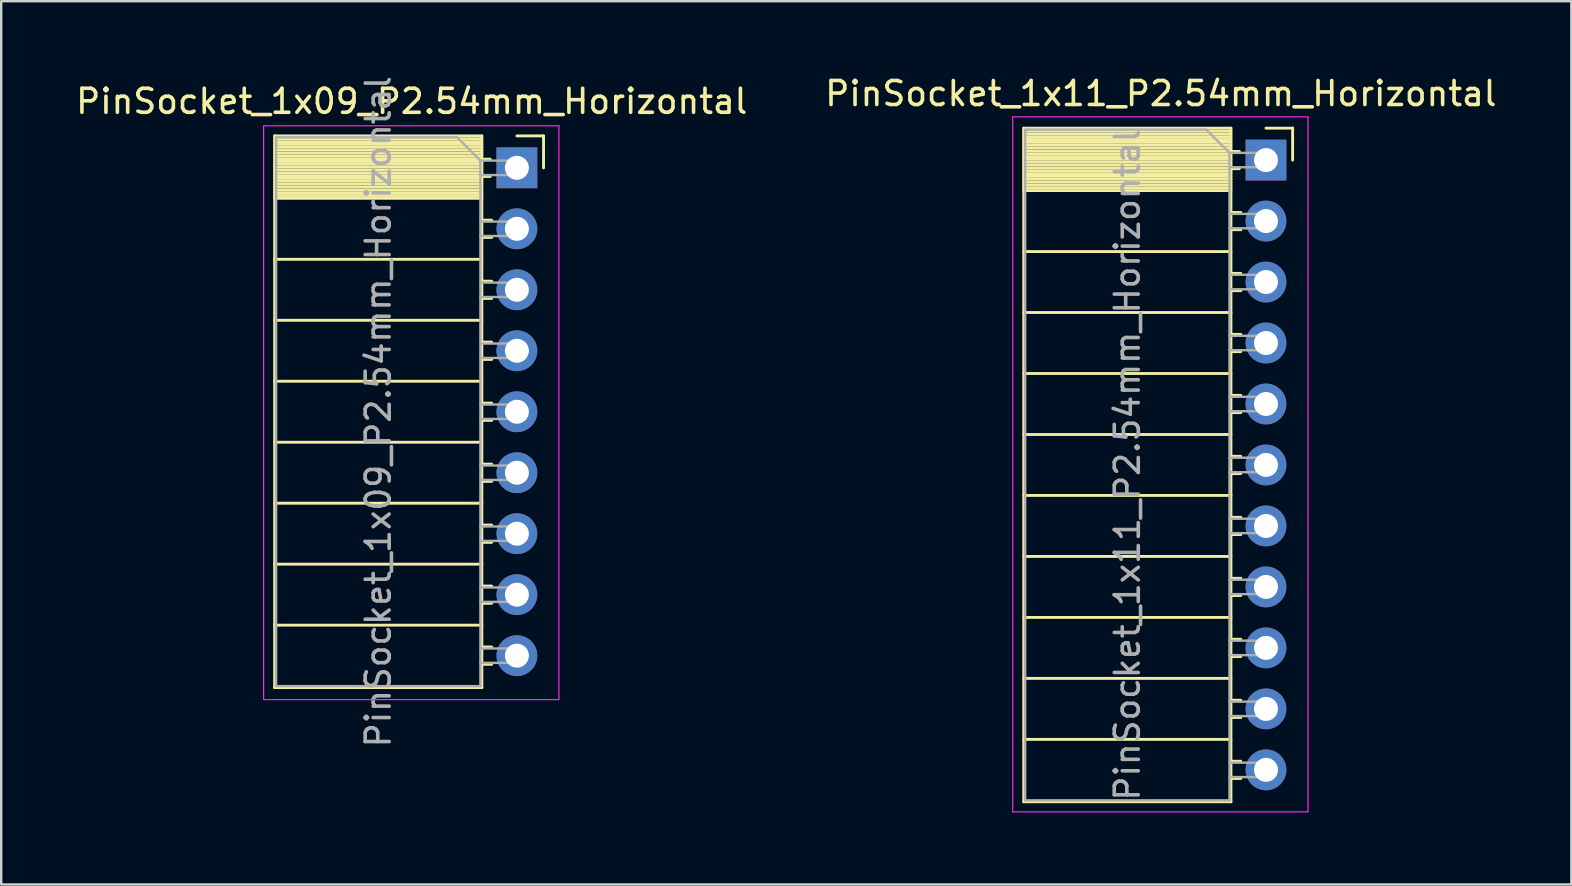
<source format=kicad_pcb>
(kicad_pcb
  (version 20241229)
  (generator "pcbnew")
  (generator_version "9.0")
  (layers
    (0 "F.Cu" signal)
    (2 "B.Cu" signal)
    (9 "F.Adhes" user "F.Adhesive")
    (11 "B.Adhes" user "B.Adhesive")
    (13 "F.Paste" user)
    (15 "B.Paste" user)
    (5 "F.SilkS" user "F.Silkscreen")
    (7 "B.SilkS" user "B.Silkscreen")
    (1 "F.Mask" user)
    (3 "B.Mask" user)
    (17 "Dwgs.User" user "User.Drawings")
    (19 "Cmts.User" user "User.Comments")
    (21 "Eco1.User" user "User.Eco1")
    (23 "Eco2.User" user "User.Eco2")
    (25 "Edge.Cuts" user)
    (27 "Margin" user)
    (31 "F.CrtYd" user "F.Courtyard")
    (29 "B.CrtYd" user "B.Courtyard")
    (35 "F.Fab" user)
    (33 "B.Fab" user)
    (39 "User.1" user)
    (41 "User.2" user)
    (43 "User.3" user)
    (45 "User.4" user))
  (footprint "PinSocket_1x11_P2.54mm_Horizontal"
    (layer "F.Cu")
    (at 49.684 3.618)
    (property "Reference" "PinSocket_1x11_P2.54mm_Horizontal" (at -4.38 -2.77 0) (layer "F.SilkS") (effects (font (size 1 1) (thickness 0.15))))
    (attr through_hole)
    (fp_line (start -10.09 -1.33) (end -10.09 26.73) (stroke (width 0.12) (type solid)) (layer "F.SilkS"))
    (fp_line (start -10.09 -1.33) (end -1.46 -1.33) (stroke (width 0.12) (type solid)) (layer "F.SilkS"))
    (fp_line (start -10.09 -1.21) (end -1.46 -1.21) (stroke (width 0.12) (type solid)) (layer "F.SilkS"))
    (fp_line (start -10.09 -1.092) (end -1.46 -1.092) (stroke (width 0.12) (type solid)) (layer "F.SilkS"))
    (fp_line (start -10.09 -0.974) (end -1.46 -0.974) (stroke (width 0.12) (type solid)) (layer "F.SilkS"))
    (fp_line (start -10.09 -0.856) (end -1.46 -0.856) (stroke (width 0.12) (type solid)) (layer "F.SilkS"))
    (fp_line (start -10.09 -0.738) (end -1.46 -0.738) (stroke (width 0.12) (type solid)) (layer "F.SilkS"))
    (fp_line (start -10.09 -0.62) (end -1.46 -0.62) (stroke (width 0.12) (type solid)) (layer "F.SilkS"))
    (fp_line (start -10.09 -0.501) (end -1.46 -0.501) (stroke (width 0.12) (type solid)) (layer "F.SilkS"))
    (fp_line (start -10.09 -0.383) (end -1.46 -0.383) (stroke (width 0.12) (type solid)) (layer "F.SilkS"))
    (fp_line (start -10.09 -0.265) (end -1.46 -0.265) (stroke (width 0.12) (type solid)) (layer "F.SilkS"))
    (fp_line (start -10.09 -0.147) (end -1.46 -0.147) (stroke (width 0.12) (type solid)) (layer "F.SilkS"))
    (fp_line (start -10.09 -0.029) (end -1.46 -0.029) (stroke (width 0.12) (type solid)) (layer "F.SilkS"))
    (fp_line (start -10.09 0.089) (end -1.46 0.089) (stroke (width 0.12) (type solid)) (layer "F.SilkS"))
    (fp_line (start -10.09 0.207) (end -1.46 0.207) (stroke (width 0.12) (type solid)) (layer "F.SilkS"))
    (fp_line (start -10.09 0.325) (end -1.46 0.325) (stroke (width 0.12) (type solid)) (layer "F.SilkS"))
    (fp_line (start -10.09 0.443) (end -1.46 0.443) (stroke (width 0.12) (type solid)) (layer "F.SilkS"))
    (fp_line (start -10.09 0.561) (end -1.46 0.561) (stroke (width 0.12) (type solid)) (layer "F.SilkS"))
    (fp_line (start -10.09 0.68) (end -1.46 0.68) (stroke (width 0.12) (type solid)) (layer "F.SilkS"))
    (fp_line (start -10.09 0.798) (end -1.46 0.798) (stroke (width 0.12) (type solid)) (layer "F.SilkS"))
    (fp_line (start -10.09 0.916) (end -1.46 0.916) (stroke (width 0.12) (type solid)) (layer "F.SilkS"))
    (fp_line (start -10.09 1.034) (end -1.46 1.034) (stroke (width 0.12) (type solid)) (layer "F.SilkS"))
    (fp_line (start -10.09 1.152) (end -1.46 1.152) (stroke (width 0.12) (type solid)) (layer "F.SilkS"))
    (fp_line (start -10.09 1.27) (end -1.46 1.27) (stroke (width 0.12) (type solid)) (layer "F.SilkS"))
    (fp_line (start -10.09 3.81) (end -1.46 3.81) (stroke (width 0.12) (type solid)) (layer "F.SilkS"))
    (fp_line (start -10.09 6.35) (end -1.46 6.35) (stroke (width 0.12) (type solid)) (layer "F.SilkS"))
    (fp_line (start -10.09 8.89) (end -1.46 8.89) (stroke (width 0.12) (type solid)) (layer "F.SilkS"))
    (fp_line (start -10.09 11.43) (end -1.46 11.43) (stroke (width 0.12) (type solid)) (layer "F.SilkS"))
    (fp_line (start -10.09 13.97) (end -1.46 13.97) (stroke (width 0.12) (type solid)) (layer "F.SilkS"))
    (fp_line (start -10.09 16.51) (end -1.46 16.51) (stroke (width 0.12) (type solid)) (layer "F.SilkS"))
    (fp_line (start -10.09 19.05) (end -1.46 19.05) (stroke (width 0.12) (type solid)) (layer "F.SilkS"))
    (fp_line (start -10.09 21.59) (end -1.46 21.59) (stroke (width 0.12) (type solid)) (layer "F.SilkS"))
    (fp_line (start -10.09 24.13) (end -1.46 24.13) (stroke (width 0.12) (type solid)) (layer "F.SilkS"))
    (fp_line (start -10.09 26.73) (end -1.46 26.73) (stroke (width 0.12) (type solid)) (layer "F.SilkS"))
    (fp_line (start -1.46 -1.33) (end -1.46 26.73) (stroke (width 0.12) (type solid)) (layer "F.SilkS"))
    (fp_line (start -1.46 -0.36) (end -1.11 -0.36) (stroke (width 0.12) (type solid)) (layer "F.SilkS"))
    (fp_line (start -1.46 0.36) (end -1.11 0.36) (stroke (width 0.12) (type solid)) (layer "F.SilkS"))
    (fp_line (start -1.46 2.18) (end -1.05 2.18) (stroke (width 0.12) (type solid)) (layer "F.SilkS"))
    (fp_line (start -1.46 2.9) (end -1.05 2.9) (stroke (width 0.12) (type solid)) (layer "F.SilkS"))
    (fp_line (start -1.46 4.72) (end -1.05 4.72) (stroke (width 0.12) (type solid)) (layer "F.SilkS"))
    (fp_line (start -1.46 5.44) (end -1.05 5.44) (stroke (width 0.12) (type solid)) (layer "F.SilkS"))
    (fp_line (start -1.46 7.26) (end -1.05 7.26) (stroke (width 0.12) (type solid)) (layer "F.SilkS"))
    (fp_line (start -1.46 7.98) (end -1.05 7.98) (stroke (width 0.12) (type solid)) (layer "F.SilkS"))
    (fp_line (start -1.46 9.8) (end -1.05 9.8) (stroke (width 0.12) (type solid)) (layer "F.SilkS"))
    (fp_line (start -1.46 10.52) (end -1.05 10.52) (stroke (width 0.12) (type solid)) (layer "F.SilkS"))
    (fp_line (start -1.46 12.34) (end -1.05 12.34) (stroke (width 0.12) (type solid)) (layer "F.SilkS"))
    (fp_line (start -1.46 13.06) (end -1.05 13.06) (stroke (width 0.12) (type solid)) (layer "F.SilkS"))
    (fp_line (start -1.46 14.88) (end -1.05 14.88) (stroke (width 0.12) (type solid)) (layer "F.SilkS"))
    (fp_line (start -1.46 15.6) (end -1.05 15.6) (stroke (width 0.12) (type solid)) (layer "F.SilkS"))
    (fp_line (start -1.46 17.42) (end -1.05 17.42) (stroke (width 0.12) (type solid)) (layer "F.SilkS"))
    (fp_line (start -1.46 18.14) (end -1.05 18.14) (stroke (width 0.12) (type solid)) (layer "F.SilkS"))
    (fp_line (start -1.46 19.96) (end -1.05 19.96) (stroke (width 0.12) (type solid)) (layer "F.SilkS"))
    (fp_line (start -1.46 20.68) (end -1.05 20.68) (stroke (width 0.12) (type solid)) (layer "F.SilkS"))
    (fp_line (start -1.46 22.5) (end -1.05 22.5) (stroke (width 0.12) (type solid)) (layer "F.SilkS"))
    (fp_line (start -1.46 23.22) (end -1.05 23.22) (stroke (width 0.12) (type solid)) (layer "F.SilkS"))
    (fp_line (start -1.46 25.04) (end -1.05 25.04) (stroke (width 0.12) (type solid)) (layer "F.SilkS"))
    (fp_line (start -1.46 25.76) (end -1.05 25.76) (stroke (width 0.12) (type solid)) (layer "F.SilkS"))
    (fp_line (start 0 -1.33) (end 1.11 -1.33) (stroke (width 0.12) (type solid)) (layer "F.SilkS"))
    (fp_line (start 1.11 -1.33) (end 1.11 0) (stroke (width 0.12) (type solid)) (layer "F.SilkS"))
    (fp_line (start -10.55 -1.8) (end -10.55 27.15) (stroke (width 0.05) (type solid)) (layer "F.CrtYd"))
    (fp_line (start -10.55 27.15) (end 1.75 27.15) (stroke (width 0.05) (type solid)) (layer "F.CrtYd"))
    (fp_line (start 1.75 -1.8) (end -10.55 -1.8) (stroke (width 0.05) (type solid)) (layer "F.CrtYd"))
    (fp_line (start 1.75 27.15) (end 1.75 -1.8) (stroke (width 0.05) (type solid)) (layer "F.CrtYd"))
    (fp_line (start -10.03 -1.27) (end -2.49 -1.27) (stroke (width 0.1) (type solid)) (layer "F.Fab"))
    (fp_line (start -10.03 26.67) (end -10.03 -1.27) (stroke (width 0.1) (type solid)) (layer "F.Fab"))
    (fp_line (start -2.49 -1.27) (end -1.52 -0.3) (stroke (width 0.1) (type solid)) (layer "F.Fab"))
    (fp_line (start -1.52 -0.3) (end -1.52 26.67) (stroke (width 0.1) (type solid)) (layer "F.Fab"))
    (fp_line (start -1.52 0.3) (end 0 0.3) (stroke (width 0.1) (type solid)) (layer "F.Fab"))
    (fp_line (start -1.52 2.84) (end 0 2.84) (stroke (width 0.1) (type solid)) (layer "F.Fab"))
    (fp_line (start -1.52 5.38) (end 0 5.38) (stroke (width 0.1) (type solid)) (layer "F.Fab"))
    (fp_line (start -1.52 7.92) (end 0 7.92) (stroke (width 0.1) (type solid)) (layer "F.Fab"))
    (fp_line (start -1.52 10.46) (end 0 10.46) (stroke (width 0.1) (type solid)) (layer "F.Fab"))
    (fp_line (start -1.52 13) (end 0 13) (stroke (width 0.1) (type solid)) (layer "F.Fab"))
    (fp_line (start -1.52 15.54) (end 0 15.54) (stroke (width 0.1) (type solid)) (layer "F.Fab"))
    (fp_line (start -1.52 18.08) (end 0 18.08) (stroke (width 0.1) (type solid)) (layer "F.Fab"))
    (fp_line (start -1.52 20.62) (end 0 20.62) (stroke (width 0.1) (type solid)) (layer "F.Fab"))
    (fp_line (start -1.52 23.16) (end 0 23.16) (stroke (width 0.1) (type solid)) (layer "F.Fab"))
    (fp_line (start -1.52 25.7) (end 0 25.7) (stroke (width 0.1) (type solid)) (layer "F.Fab"))
    (fp_line (start -1.52 26.67) (end -10.03 26.67) (stroke (width 0.1) (type solid)) (layer "F.Fab"))
    (fp_line (start 0 -0.3) (end -1.52 -0.3) (stroke (width 0.1) (type solid)) (layer "F.Fab"))
    (fp_line (start 0 0.3) (end 0 -0.3) (stroke (width 0.1) (type solid)) (layer "F.Fab"))
    (fp_line (start 0 2.24) (end -1.52 2.24) (stroke (width 0.1) (type solid)) (layer "F.Fab"))
    (fp_line (start 0 2.84) (end 0 2.24) (stroke (width 0.1) (type solid)) (layer "F.Fab"))
    (fp_line (start 0 4.78) (end -1.52 4.78) (stroke (width 0.1) (type solid)) (layer "F.Fab"))
    (fp_line (start 0 5.38) (end 0 4.78) (stroke (width 0.1) (type solid)) (layer "F.Fab"))
    (fp_line (start 0 7.32) (end -1.52 7.32) (stroke (width 0.1) (type solid)) (layer "F.Fab"))
    (fp_line (start 0 7.92) (end 0 7.32) (stroke (width 0.1) (type solid)) (layer "F.Fab"))
    (fp_line (start 0 9.86) (end -1.52 9.86) (stroke (width 0.1) (type solid)) (layer "F.Fab"))
    (fp_line (start 0 10.46) (end 0 9.86) (stroke (width 0.1) (type solid)) (layer "F.Fab"))
    (fp_line (start 0 12.4) (end -1.52 12.4) (stroke (width 0.1) (type solid)) (layer "F.Fab"))
    (fp_line (start 0 13) (end 0 12.4) (stroke (width 0.1) (type solid)) (layer "F.Fab"))
    (fp_line (start 0 14.94) (end -1.52 14.94) (stroke (width 0.1) (type solid)) (layer "F.Fab"))
    (fp_line (start 0 15.54) (end 0 14.94) (stroke (width 0.1) (type solid)) (layer "F.Fab"))
    (fp_line (start 0 17.48) (end -1.52 17.48) (stroke (width 0.1) (type solid)) (layer "F.Fab"))
    (fp_line (start 0 18.08) (end 0 17.48) (stroke (width 0.1) (type solid)) (layer "F.Fab"))
    (fp_line (start 0 20.02) (end -1.52 20.02) (stroke (width 0.1) (type solid)) (layer "F.Fab"))
    (fp_line (start 0 20.62) (end 0 20.02) (stroke (width 0.1) (type solid)) (layer "F.Fab"))
    (fp_line (start 0 22.56) (end -1.52 22.56) (stroke (width 0.1) (type solid)) (layer "F.Fab"))
    (fp_line (start 0 23.16) (end 0 22.56) (stroke (width 0.1) (type solid)) (layer "F.Fab"))
    (fp_line (start 0 25.1) (end -1.52 25.1) (stroke (width 0.1) (type solid)) (layer "F.Fab"))
    (fp_line (start 0 25.7) (end 0 25.1) (stroke (width 0.1) (type solid)) (layer "F.Fab"))
    (fp_text user "${REFERENCE}" (at -5.775 12.7 90) (layer "F.Fab") (effects (font (size 1 1) (thickness 0.15))))
    (pad "1" thru_hole rect (at 0 0) (size 1.7 1.7) (drill 1) (layers "*.Cu" "*.Mask"))
    (pad "2" thru_hole oval (at 0 2.54) (size 1.7 1.7) (drill 1) (layers "*.Cu" "*.Mask"))
    (pad "3" thru_hole oval (at 0 5.08) (size 1.7 1.7) (drill 1) (layers "*.Cu" "*.Mask"))
    (pad "4" thru_hole oval (at 0 7.62) (size 1.7 1.7) (drill 1) (layers "*.Cu" "*.Mask"))
    (pad "5" thru_hole oval (at 0 10.16) (size 1.7 1.7) (drill 1) (layers "*.Cu" "*.Mask"))
    (pad "6" thru_hole oval (at 0 12.7) (size 1.7 1.7) (drill 1) (layers "*.Cu" "*.Mask"))
    (pad "7" thru_hole oval (at 0 15.24) (size 1.7 1.7) (drill 1) (layers "*.Cu" "*.Mask"))
    (pad "8" thru_hole oval (at 0 17.78) (size 1.7 1.7) (drill 1) (layers "*.Cu" "*.Mask"))
    (pad "9" thru_hole oval (at 0 20.32) (size 1.7 1.7) (drill 1) (layers "*.Cu" "*.Mask"))
    (pad "10" thru_hole oval (at 0 22.86) (size 1.7 1.7) (drill 1) (layers "*.Cu" "*.Mask"))
    (pad "11" thru_hole oval (at 0 25.4) (size 1.7 1.7) (drill 1) (layers "*.Cu" "*.Mask")))
  (footprint "PinSocket_1x09_P2.54mm_Horizontal"
    (layer "F.Cu")
    (at 18.481 3.941)
    (property "Reference" "PinSocket_1x09_P2.54mm_Horizontal" (at -4.38 -2.77 0) (layer "F.SilkS") (effects (font (size 1 1) (thickness 0.15))))
    (attr through_hole)
    (fp_line (start -10.09 -1.33) (end -10.09 21.65) (stroke (width 0.12) (type solid)) (layer "F.SilkS"))
    (fp_line (start -10.09 -1.33) (end -1.46 -1.33) (stroke (width 0.12) (type solid)) (layer "F.SilkS"))
    (fp_line (start -10.09 -1.21) (end -1.46 -1.21) (stroke (width 0.12) (type solid)) (layer "F.SilkS"))
    (fp_line (start -10.09 -1.092) (end -1.46 -1.092) (stroke (width 0.12) (type solid)) (layer "F.SilkS"))
    (fp_line (start -10.09 -0.974) (end -1.46 -0.974) (stroke (width 0.12) (type solid)) (layer "F.SilkS"))
    (fp_line (start -10.09 -0.856) (end -1.46 -0.856) (stroke (width 0.12) (type solid)) (layer "F.SilkS"))
    (fp_line (start -10.09 -0.738) (end -1.46 -0.738) (stroke (width 0.12) (type solid)) (layer "F.SilkS"))
    (fp_line (start -10.09 -0.62) (end -1.46 -0.62) (stroke (width 0.12) (type solid)) (layer "F.SilkS"))
    (fp_line (start -10.09 -0.501) (end -1.46 -0.501) (stroke (width 0.12) (type solid)) (layer "F.SilkS"))
    (fp_line (start -10.09 -0.383) (end -1.46 -0.383) (stroke (width 0.12) (type solid)) (layer "F.SilkS"))
    (fp_line (start -10.09 -0.265) (end -1.46 -0.265) (stroke (width 0.12) (type solid)) (layer "F.SilkS"))
    (fp_line (start -10.09 -0.147) (end -1.46 -0.147) (stroke (width 0.12) (type solid)) (layer "F.SilkS"))
    (fp_line (start -10.09 -0.029) (end -1.46 -0.029) (stroke (width 0.12) (type solid)) (layer "F.SilkS"))
    (fp_line (start -10.09 0.089) (end -1.46 0.089) (stroke (width 0.12) (type solid)) (layer "F.SilkS"))
    (fp_line (start -10.09 0.207) (end -1.46 0.207) (stroke (width 0.12) (type solid)) (layer "F.SilkS"))
    (fp_line (start -10.09 0.325) (end -1.46 0.325) (stroke (width 0.12) (type solid)) (layer "F.SilkS"))
    (fp_line (start -10.09 0.443) (end -1.46 0.443) (stroke (width 0.12) (type solid)) (layer "F.SilkS"))
    (fp_line (start -10.09 0.561) (end -1.46 0.561) (stroke (width 0.12) (type solid)) (layer "F.SilkS"))
    (fp_line (start -10.09 0.68) (end -1.46 0.68) (stroke (width 0.12) (type solid)) (layer "F.SilkS"))
    (fp_line (start -10.09 0.798) (end -1.46 0.798) (stroke (width 0.12) (type solid)) (layer "F.SilkS"))
    (fp_line (start -10.09 0.916) (end -1.46 0.916) (stroke (width 0.12) (type solid)) (layer "F.SilkS"))
    (fp_line (start -10.09 1.034) (end -1.46 1.034) (stroke (width 0.12) (type solid)) (layer "F.SilkS"))
    (fp_line (start -10.09 1.152) (end -1.46 1.152) (stroke (width 0.12) (type solid)) (layer "F.SilkS"))
    (fp_line (start -10.09 1.27) (end -1.46 1.27) (stroke (width 0.12) (type solid)) (layer "F.SilkS"))
    (fp_line (start -10.09 3.81) (end -1.46 3.81) (stroke (width 0.12) (type solid)) (layer "F.SilkS"))
    (fp_line (start -10.09 6.35) (end -1.46 6.35) (stroke (width 0.12) (type solid)) (layer "F.SilkS"))
    (fp_line (start -10.09 8.89) (end -1.46 8.89) (stroke (width 0.12) (type solid)) (layer "F.SilkS"))
    (fp_line (start -10.09 11.43) (end -1.46 11.43) (stroke (width 0.12) (type solid)) (layer "F.SilkS"))
    (fp_line (start -10.09 13.97) (end -1.46 13.97) (stroke (width 0.12) (type solid)) (layer "F.SilkS"))
    (fp_line (start -10.09 16.51) (end -1.46 16.51) (stroke (width 0.12) (type solid)) (layer "F.SilkS"))
    (fp_line (start -10.09 19.05) (end -1.46 19.05) (stroke (width 0.12) (type solid)) (layer "F.SilkS"))
    (fp_line (start -10.09 21.65) (end -1.46 21.65) (stroke (width 0.12) (type solid)) (layer "F.SilkS"))
    (fp_line (start -1.46 -1.33) (end -1.46 21.65) (stroke (width 0.12) (type solid)) (layer "F.SilkS"))
    (fp_line (start -1.46 -0.36) (end -1.11 -0.36) (stroke (width 0.12) (type solid)) (layer "F.SilkS"))
    (fp_line (start -1.46 0.36) (end -1.11 0.36) (stroke (width 0.12) (type solid)) (layer "F.SilkS"))
    (fp_line (start -1.46 2.18) (end -1.05 2.18) (stroke (width 0.12) (type solid)) (layer "F.SilkS"))
    (fp_line (start -1.46 2.9) (end -1.05 2.9) (stroke (width 0.12) (type solid)) (layer "F.SilkS"))
    (fp_line (start -1.46 4.72) (end -1.05 4.72) (stroke (width 0.12) (type solid)) (layer "F.SilkS"))
    (fp_line (start -1.46 5.44) (end -1.05 5.44) (stroke (width 0.12) (type solid)) (layer "F.SilkS"))
    (fp_line (start -1.46 7.26) (end -1.05 7.26) (stroke (width 0.12) (type solid)) (layer "F.SilkS"))
    (fp_line (start -1.46 7.98) (end -1.05 7.98) (stroke (width 0.12) (type solid)) (layer "F.SilkS"))
    (fp_line (start -1.46 9.8) (end -1.05 9.8) (stroke (width 0.12) (type solid)) (layer "F.SilkS"))
    (fp_line (start -1.46 10.52) (end -1.05 10.52) (stroke (width 0.12) (type solid)) (layer "F.SilkS"))
    (fp_line (start -1.46 12.34) (end -1.05 12.34) (stroke (width 0.12) (type solid)) (layer "F.SilkS"))
    (fp_line (start -1.46 13.06) (end -1.05 13.06) (stroke (width 0.12) (type solid)) (layer "F.SilkS"))
    (fp_line (start -1.46 14.88) (end -1.05 14.88) (stroke (width 0.12) (type solid)) (layer "F.SilkS"))
    (fp_line (start -1.46 15.6) (end -1.05 15.6) (stroke (width 0.12) (type solid)) (layer "F.SilkS"))
    (fp_line (start -1.46 17.42) (end -1.05 17.42) (stroke (width 0.12) (type solid)) (layer "F.SilkS"))
    (fp_line (start -1.46 18.14) (end -1.05 18.14) (stroke (width 0.12) (type solid)) (layer "F.SilkS"))
    (fp_line (start -1.46 19.96) (end -1.05 19.96) (stroke (width 0.12) (type solid)) (layer "F.SilkS"))
    (fp_line (start -1.46 20.68) (end -1.05 20.68) (stroke (width 0.12) (type solid)) (layer "F.SilkS"))
    (fp_line (start 0 -1.33) (end 1.11 -1.33) (stroke (width 0.12) (type solid)) (layer "F.SilkS"))
    (fp_line (start 1.11 -1.33) (end 1.11 0) (stroke (width 0.12) (type solid)) (layer "F.SilkS"))
    (fp_line (start -10.55 -1.75) (end -10.55 22.15) (stroke (width 0.05) (type solid)) (layer "F.CrtYd"))
    (fp_line (start -10.55 22.15) (end 1.75 22.15) (stroke (width 0.05) (type solid)) (layer "F.CrtYd"))
    (fp_line (start 1.75 -1.75) (end -10.55 -1.75) (stroke (width 0.05) (type solid)) (layer "F.CrtYd"))
    (fp_line (start 1.75 22.15) (end 1.75 -1.75) (stroke (width 0.05) (type solid)) (layer "F.CrtYd"))
    (fp_line (start -10.03 -1.27) (end -2.49 -1.27) (stroke (width 0.1) (type solid)) (layer "F.Fab"))
    (fp_line (start -10.03 21.59) (end -10.03 -1.27) (stroke (width 0.1) (type solid)) (layer "F.Fab"))
    (fp_line (start -2.49 -1.27) (end -1.52 -0.3) (stroke (width 0.1) (type solid)) (layer "F.Fab"))
    (fp_line (start -1.52 -0.3) (end -1.52 21.59) (stroke (width 0.1) (type solid)) (layer "F.Fab"))
    (fp_line (start -1.52 0.3) (end 0 0.3) (stroke (width 0.1) (type solid)) (layer "F.Fab"))
    (fp_line (start -1.52 2.84) (end 0 2.84) (stroke (width 0.1) (type solid)) (layer "F.Fab"))
    (fp_line (start -1.52 5.38) (end 0 5.38) (stroke (width 0.1) (type solid)) (layer "F.Fab"))
    (fp_line (start -1.52 7.92) (end 0 7.92) (stroke (width 0.1) (type solid)) (layer "F.Fab"))
    (fp_line (start -1.52 10.46) (end 0 10.46) (stroke (width 0.1) (type solid)) (layer "F.Fab"))
    (fp_line (start -1.52 13) (end 0 13) (stroke (width 0.1) (type solid)) (layer "F.Fab"))
    (fp_line (start -1.52 15.54) (end 0 15.54) (stroke (width 0.1) (type solid)) (layer "F.Fab"))
    (fp_line (start -1.52 18.08) (end 0 18.08) (stroke (width 0.1) (type solid)) (layer "F.Fab"))
    (fp_line (start -1.52 20.62) (end 0 20.62) (stroke (width 0.1) (type solid)) (layer "F.Fab"))
    (fp_line (start -1.52 21.59) (end -10.03 21.59) (stroke (width 0.1) (type solid)) (layer "F.Fab"))
    (fp_line (start 0 -0.3) (end -1.52 -0.3) (stroke (width 0.1) (type solid)) (layer "F.Fab"))
    (fp_line (start 0 0.3) (end 0 -0.3) (stroke (width 0.1) (type solid)) (layer "F.Fab"))
    (fp_line (start 0 2.24) (end -1.52 2.24) (stroke (width 0.1) (type solid)) (layer "F.Fab"))
    (fp_line (start 0 2.84) (end 0 2.24) (stroke (width 0.1) (type solid)) (layer "F.Fab"))
    (fp_line (start 0 4.78) (end -1.52 4.78) (stroke (width 0.1) (type solid)) (layer "F.Fab"))
    (fp_line (start 0 5.38) (end 0 4.78) (stroke (width 0.1) (type solid)) (layer "F.Fab"))
    (fp_line (start 0 7.32) (end -1.52 7.32) (stroke (width 0.1) (type solid)) (layer "F.Fab"))
    (fp_line (start 0 7.92) (end 0 7.32) (stroke (width 0.1) (type solid)) (layer "F.Fab"))
    (fp_line (start 0 9.86) (end -1.52 9.86) (stroke (width 0.1) (type solid)) (layer "F.Fab"))
    (fp_line (start 0 10.46) (end 0 9.86) (stroke (width 0.1) (type solid)) (layer "F.Fab"))
    (fp_line (start 0 12.4) (end -1.52 12.4) (stroke (width 0.1) (type solid)) (layer "F.Fab"))
    (fp_line (start 0 13) (end 0 12.4) (stroke (width 0.1) (type solid)) (layer "F.Fab"))
    (fp_line (start 0 14.94) (end -1.52 14.94) (stroke (width 0.1) (type solid)) (layer "F.Fab"))
    (fp_line (start 0 15.54) (end 0 14.94) (stroke (width 0.1) (type solid)) (layer "F.Fab"))
    (fp_line (start 0 17.48) (end -1.52 17.48) (stroke (width 0.1) (type solid)) (layer "F.Fab"))
    (fp_line (start 0 18.08) (end 0 17.48) (stroke (width 0.1) (type solid)) (layer "F.Fab"))
    (fp_line (start 0 20.02) (end -1.52 20.02) (stroke (width 0.1) (type solid)) (layer "F.Fab"))
    (fp_line (start 0 20.62) (end 0 20.02) (stroke (width 0.1) (type solid)) (layer "F.Fab"))
    (fp_text user "${REFERENCE}" (at -5.775 10.16 90) (layer "F.Fab") (effects (font (size 1 1) (thickness 0.15))))
    (pad "1" thru_hole rect (at 0 0) (size 1.7 1.7) (drill 1) (layers "*.Cu" "*.Mask"))
    (pad "2" thru_hole oval (at 0 2.54) (size 1.7 1.7) (drill 1) (layers "*.Cu" "*.Mask"))
    (pad "3" thru_hole oval (at 0 5.08) (size 1.7 1.7) (drill 1) (layers "*.Cu" "*.Mask"))
    (pad "4" thru_hole oval (at 0 7.62) (size 1.7 1.7) (drill 1) (layers "*.Cu" "*.Mask"))
    (pad "5" thru_hole oval (at 0 10.16) (size 1.7 1.7) (drill 1) (layers "*.Cu" "*.Mask"))
    (pad "6" thru_hole oval (at 0 12.7) (size 1.7 1.7) (drill 1) (layers "*.Cu" "*.Mask"))
    (pad "7" thru_hole oval (at 0 15.24) (size 1.7 1.7) (drill 1) (layers "*.Cu" "*.Mask"))
    (pad "8" thru_hole oval (at 0 17.78) (size 1.7 1.7) (drill 1) (layers "*.Cu" "*.Mask"))
    (pad "9" thru_hole oval (at 0 20.32) (size 1.7 1.7) (drill 1) (layers "*.Cu" "*.Mask")))
  (gr_rect
    (start -3 -3)
    (end 62.405 33.793)
    (stroke (width 0.1) (type default))
    (fill no)
    (layer "Edge.Cuts")))
</source>
